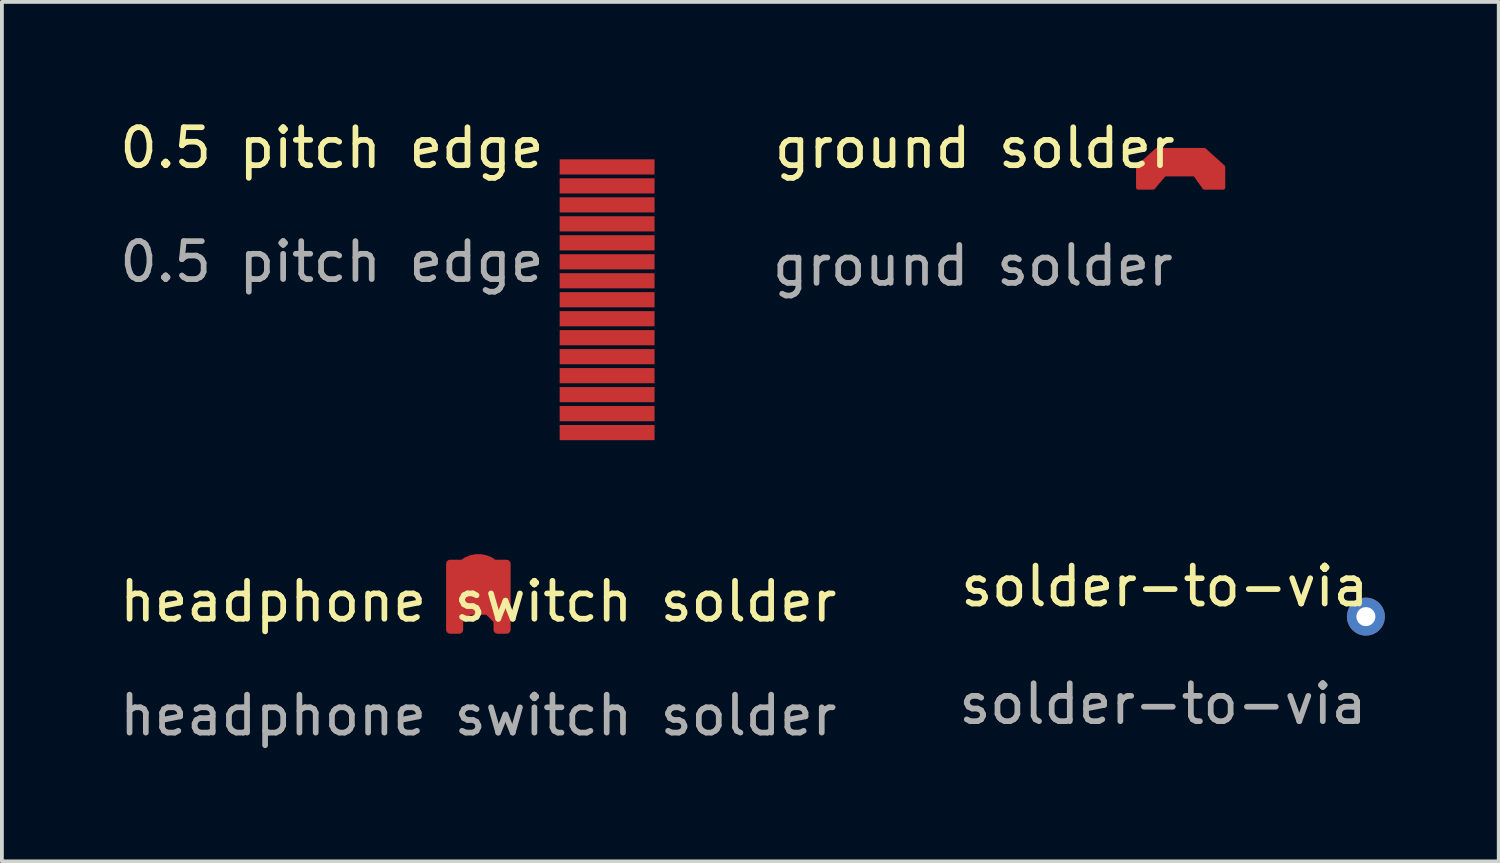
<source format=kicad_pcb>
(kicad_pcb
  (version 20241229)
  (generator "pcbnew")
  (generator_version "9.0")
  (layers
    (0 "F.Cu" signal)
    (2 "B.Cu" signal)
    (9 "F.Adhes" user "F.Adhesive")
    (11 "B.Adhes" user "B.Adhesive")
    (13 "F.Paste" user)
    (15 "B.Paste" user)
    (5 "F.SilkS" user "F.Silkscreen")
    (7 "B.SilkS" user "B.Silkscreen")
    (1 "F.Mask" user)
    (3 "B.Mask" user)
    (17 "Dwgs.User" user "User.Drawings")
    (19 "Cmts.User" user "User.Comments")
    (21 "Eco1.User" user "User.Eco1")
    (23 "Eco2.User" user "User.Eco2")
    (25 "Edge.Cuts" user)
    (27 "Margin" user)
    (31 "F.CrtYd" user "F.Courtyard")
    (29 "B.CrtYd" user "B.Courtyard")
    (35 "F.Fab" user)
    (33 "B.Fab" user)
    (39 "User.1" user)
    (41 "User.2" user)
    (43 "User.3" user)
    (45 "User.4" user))
  (footprint "0.5 pitch edge"
    (layer "F.Cu")
    (at 5.696 1.348)
    (property "Reference" "0.5 pitch edge" (at 0 -0.5 0) (unlocked yes) (layer "F.SilkS") (effects (font (size 1 1) (thickness 0.15))))
    (fp_text user "${REFERENCE}" (at 0 2.5 0) (unlocked yes) (layer "F.Fab") (effects (font (size 1 1) (thickness 0.15))))
    (pad "1" connect rect (at 7.25 0) (size 2.5 0.4) (layers "F.Cu" "F.Mask"))
    (pad "2" connect rect (at 7.25 0.5) (size 2.5 0.4) (layers "F.Cu" "F.Mask"))
    (pad "3" connect rect (at 7.25 1) (size 2.5 0.4) (layers "F.Cu" "F.Mask"))
    (pad "4" connect rect (at 7.25 1.5) (size 2.5 0.4) (layers "F.Cu" "F.Mask"))
    (pad "5" connect rect (at 7.25 2) (size 2.5 0.4) (layers "F.Cu" "F.Mask"))
    (pad "6" connect rect (at 7.25 2.5) (size 2.5 0.4) (layers "F.Cu" "F.Mask"))
    (pad "7" connect rect (at 7.25 3) (size 2.5 0.4) (layers "F.Cu" "F.Mask"))
    (pad "8" connect rect (at 7.25 3.5) (size 2.5 0.4) (layers "F.Cu" "F.Mask"))
    (pad "9" connect rect (at 7.25 4) (size 2.5 0.4) (layers "F.Cu" "F.Mask"))
    (pad "10" connect rect (at 7.25 4.5) (size 2.5 0.4) (layers "F.Cu" "F.Mask"))
    (pad "11" connect rect (at 7.25 5) (size 2.5 0.4) (layers "F.Cu" "F.Mask"))
    (pad "12" connect rect (at 7.25 5.5) (size 2.5 0.4) (layers "F.Cu" "F.Mask"))
    (pad "13" connect rect (at 7.25 6) (size 2.5 0.4) (layers "F.Cu" "F.Mask"))
    (pad "14" connect rect (at 7.25 6.5) (size 2.5 0.4) (layers "F.Cu" "F.Mask"))
    (pad "15" connect rect (at 7.25 7) (size 2.5 0.4) (layers "F.Cu" "F.Mask")))
  (footprint "headphone switch solder"
    (layer "F.Cu")
    (at 9.554 13.298)
    (property "Reference" "headphone switch solder" (at 0 -0.5 0) (unlocked yes) (layer "F.SilkS") (effects (font (size 1 1) (thickness 0.15))))
    (fp_text user "${REFERENCE}" (at 0 2.5 0) (unlocked yes) (layer "F.Fab") (effects (font (size 1 1) (thickness 0.15))))
    (pad "1" smd custom (at 0 -1) (size 1.5 1.5) (layers "F.Cu" "F.Mask" "F.Paste") (options (anchor circle)) (primitives (gr_poly (pts (xy 0.75 1.25) (xy 0.5 1.25) (xy 0.5 1) (xy 0.25 0.75) (xy -0.25 0.75) (xy -0.5 1) (xy -0.5 1.25) (xy -0.75 1.25) (xy -0.75 -0.5) (xy 0.75 -0.5)) (width 0.2) (fill yes)))))
  (footprint "ground solder"
    (layer "F.Cu")
    (at 27.933 1.648)
    (property "Reference" "ground solder" (at -5.3 -0.8 0) (unlocked yes) (layer "F.SilkS") (effects (font (size 1 1) (thickness 0.15))))
    (attr through_hole)
    (fp_text user "${REFERENCE}" (at -5.35 2.3 0) (unlocked yes) (layer "F.Fab") (effects (font (size 1 1) (thickness 0.15))))
    (pad "1" connect custom (at 0 -0.3) (size 0.456 0.456) (layers "F.Cu" "F.Mask") (options (anchor rect)) (primitives (gr_poly (pts (xy 1.25 0) (xy 1.25 0.55) (xy 0.75 0.55) (xy 0.5 0.2) (xy -0.3 0.2) (xy -0.6 0.55) (xy -1 0.55) (xy -1 0) (xy -0.5 -0.45) (xy 0.75 -0.45)) (width 0.1) (fill yes)))))
  (footprint "solder-to-via"
    (layer "F.Cu")
    (at 32.939 13.197)
    (property "Reference" "solder-to-via" (at -5.3 -0.8 0) (unlocked yes) (layer "F.SilkS") (effects (font (size 1 1) (thickness 0.15))))
    (attr through_hole)
    (fp_text user "${REFERENCE}" (at -5.35 2.3 0) (unlocked yes) (layer "F.Fab") (effects (font (size 1 1) (thickness 0.15))))
    (pad "1" thru_hole circle (at 0 0) (size 1 1) (drill 0.5) (layers "*.Cu" "*.Mask")))
  (gr_rect
    (start -3 -3)
    (end 36.439 19.646)
    (stroke (width 0.1) (type default))
    (fill no)
    (layer "Edge.Cuts")))
</source>
